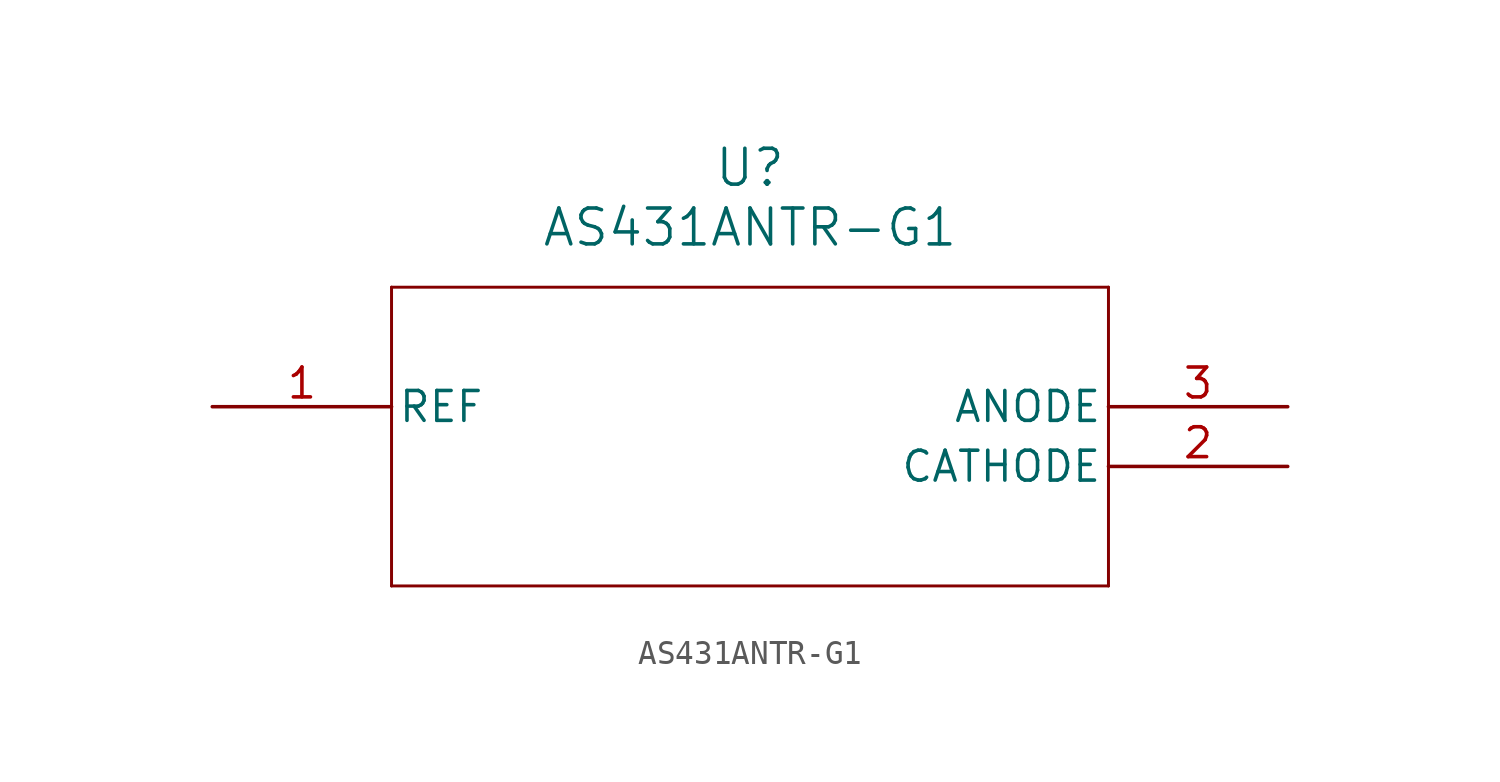
<source format=kicad_sym>
(kicad_symbol_lib
  (version 20211014)
  (generator kicad_symbol_editor)
  (symbol "AS431ANTR-G1"
    (pin_names
      (offset 0.254))
    (property "Reference" "U"
      (at 22.86 10.16 0)
      (effects (font (size 1.524 1.524))))
    (property "Value" "AS431ANTR-G1"
      (at 22.86 7.62 0)
      (effects (font (size 1.524 1.524))))
    (symbol "AS431ANTR-G1_0_1"
      (polyline (pts (xy 7.62 5.08) (xy 7.62 -7.62)) (stroke (width 0.127) (type default) (color 0 0 0 0)) (fill (type none)))
      (polyline (pts (xy 7.62 -7.62) (xy 38.1 -7.62)) (stroke (width 0.127) (type default) (color 0 0 0 0)) (fill (type none)))
      (polyline (pts (xy 38.1 -7.62) (xy 38.1 5.08)) (stroke (width 0.127) (type default) (color 0 0 0 0)) (fill (type none)))
      (polyline (pts (xy 38.1 5.08) (xy 7.62 5.08)) (stroke (width 0.127) (type default) (color 0 0 0 0)) (fill (type none)))
      (pin unspecified line (at 0 0 0) (length 7.62) (name "REF" (effects (font (size 1.27 1.27)))) (number "1" (effects (font (size 1.27 1.27)))))
      (pin unspecified line (at 45.72 -2.54 180) (length 7.62) (name "CATHODE" (effects (font (size 1.27 1.27)))) (number "2" (effects (font (size 1.27 1.27)))))
      (pin unspecified line (at 45.72 0 180) (length 7.62) (name "ANODE" (effects (font (size 1.27 1.27)))) (number "3" (effects (font (size 1.27 1.27))))))))
</source>
